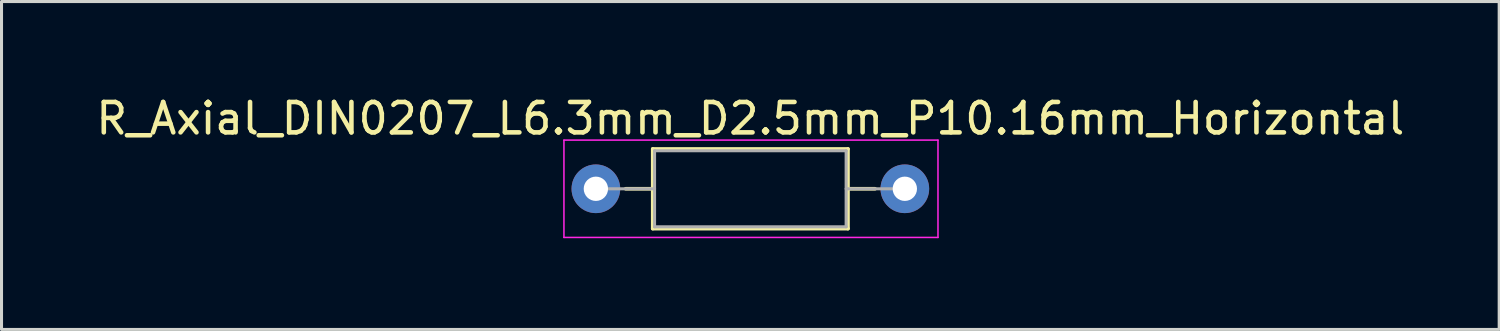
<source format=kicad_pcb>
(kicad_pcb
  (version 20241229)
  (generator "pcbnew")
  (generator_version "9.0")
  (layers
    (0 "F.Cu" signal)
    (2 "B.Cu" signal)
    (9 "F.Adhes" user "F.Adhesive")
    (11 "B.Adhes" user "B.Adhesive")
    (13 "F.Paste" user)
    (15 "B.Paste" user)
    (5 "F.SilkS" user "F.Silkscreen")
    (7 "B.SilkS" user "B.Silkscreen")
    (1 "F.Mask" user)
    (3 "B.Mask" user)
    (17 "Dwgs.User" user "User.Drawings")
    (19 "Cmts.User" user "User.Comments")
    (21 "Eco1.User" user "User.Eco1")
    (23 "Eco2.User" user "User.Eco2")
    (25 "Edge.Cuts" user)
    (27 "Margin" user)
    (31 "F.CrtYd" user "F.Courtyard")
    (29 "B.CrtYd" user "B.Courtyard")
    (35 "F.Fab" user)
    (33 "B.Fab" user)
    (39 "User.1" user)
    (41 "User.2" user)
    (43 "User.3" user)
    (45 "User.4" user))
  (footprint "R_Axial_DIN0207_L6.3mm_D2.5mm_P10.16mm_Horizontal"
    (layer "F.Cu")
    (at 16.545 3.158)
    (property "Reference" "R_Axial_DIN0207_L6.3mm_D2.5mm_P10.16mm_Horizontal" (at 5.08 -2.31 0) (layer "F.SilkS") (effects (font (size 1 1) (thickness 0.15))))
    (attr through_hole)
    (fp_line (start 0.98 0) (end 1.87 0) (stroke (width 0.12) (type solid)) (layer "F.SilkS"))
    (fp_line (start 1.87 -1.31) (end 1.87 1.31) (stroke (width 0.12) (type solid)) (layer "F.SilkS"))
    (fp_line (start 1.87 1.31) (end 8.29 1.31) (stroke (width 0.12) (type solid)) (layer "F.SilkS"))
    (fp_line (start 8.29 -1.31) (end 1.87 -1.31) (stroke (width 0.12) (type solid)) (layer "F.SilkS"))
    (fp_line (start 8.29 1.31) (end 8.29 -1.31) (stroke (width 0.12) (type solid)) (layer "F.SilkS"))
    (fp_line (start 9.18 0) (end 8.29 0) (stroke (width 0.12) (type solid)) (layer "F.SilkS"))
    (fp_line (start -1.05 -1.6) (end -1.05 1.6) (stroke (width 0.05) (type solid)) (layer "F.CrtYd"))
    (fp_line (start -1.05 1.6) (end 11.25 1.6) (stroke (width 0.05) (type solid)) (layer "F.CrtYd"))
    (fp_line (start 11.25 -1.6) (end -1.05 -1.6) (stroke (width 0.05) (type solid)) (layer "F.CrtYd"))
    (fp_line (start 11.25 1.6) (end 11.25 -1.6) (stroke (width 0.05) (type solid)) (layer "F.CrtYd"))
    (fp_line (start 0 0) (end 1.93 0) (stroke (width 0.1) (type solid)) (layer "F.Fab"))
    (fp_line (start 1.93 -1.25) (end 1.93 1.25) (stroke (width 0.1) (type solid)) (layer "F.Fab"))
    (fp_line (start 1.93 1.25) (end 8.23 1.25) (stroke (width 0.1) (type solid)) (layer "F.Fab"))
    (fp_line (start 8.23 -1.25) (end 1.93 -1.25) (stroke (width 0.1) (type solid)) (layer "F.Fab"))
    (fp_line (start 8.23 1.25) (end 8.23 -1.25) (stroke (width 0.1) (type solid)) (layer "F.Fab"))
    (fp_line (start 10.16 0) (end 8.23 0) (stroke (width 0.1) (type solid)) (layer "F.Fab"))
    (pad "1" thru_hole circle (at 0 0) (size 1.6 1.6) (drill 0.8) (layers "*.Cu" "*.Mask"))
    (pad "2" thru_hole oval (at 10.16 0) (size 1.6 1.6) (drill 0.8) (layers "*.Cu" "*.Mask")))
  (gr_rect
    (start -3 -3)
    (end 46.25 7.783)
    (stroke (width 0.1) (type default))
    (fill no)
    (layer "Edge.Cuts")))
</source>
